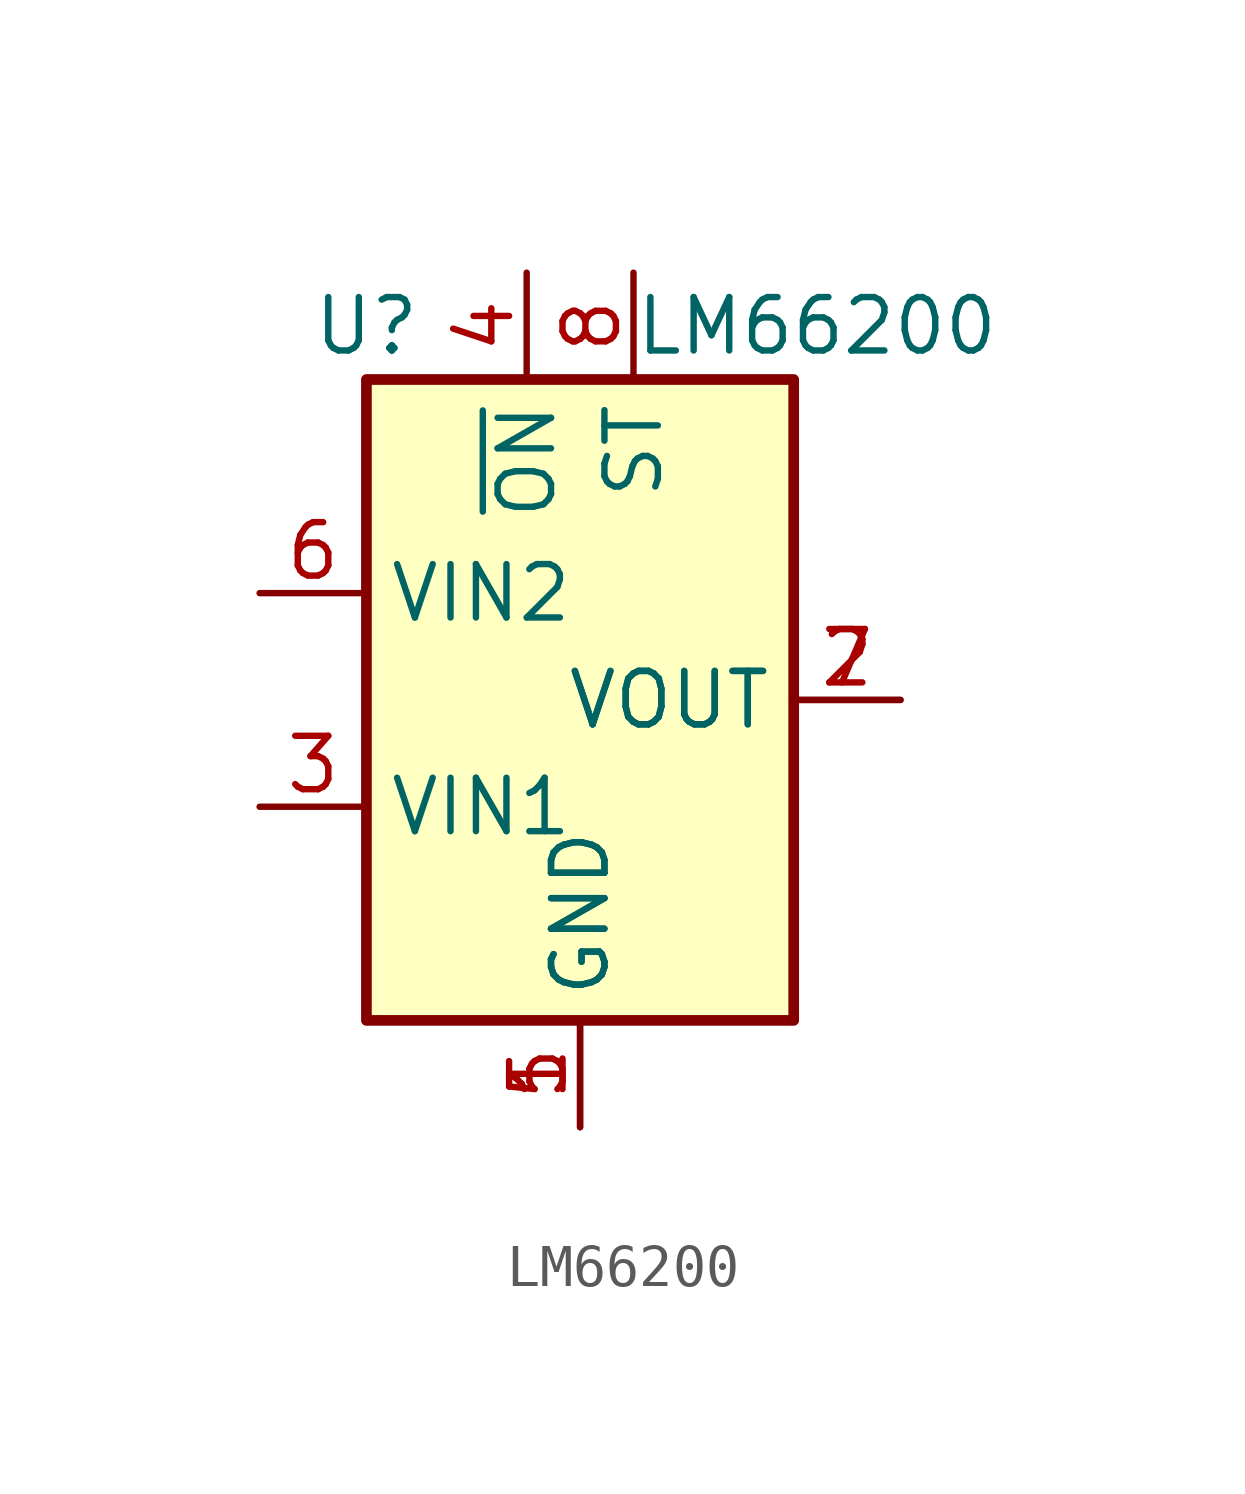
<source format=kicad_sym>
(kicad_symbol_lib
  (version 20231120)
  (generator "kicad_symbol_editor")
  (generator_version "8.0")
  (symbol "LM66200"
    (property "Reference" "U"
      (at -5.08 8.89 0)
      (effects (font (size 1.27 1.27))))
    (property "Value" "LM66200"
      (at 1.27 8.89 0)
      (effects (font (size 1.27 1.27)) (justify left)))
    (symbol "LM66200_0_1"
      (rectangle (start -5.08 7.62) (end 5.08 -7.62) (stroke (width 0.254) (type default)) (fill (type background))))
    (symbol "LM66200_1_1"
      (pin power_in line (at 0 -10.16 90) (length 2.54) (name "GND" (effects (font (size 1.27 1.27)))) (number "1" (effects (font (size 1.27 1.27)))))
      (pin power_out line (at 7.62 0 180) (length 2.54) (name "VOUT" (effects (font (size 1.27 1.27)))) (number "2" (effects (font (size 1.27 1.27)))) (alternate "7" power_out line))
      (pin power_in line (at -7.62 -2.54 0) (length 2.54) (name "VIN1" (effects (font (size 1.27 1.27)))) (number "3" (effects (font (size 1.27 1.27)))))
      (pin input line (at -1.27 10.16 270) (length 2.54) (name "~{ON}" (effects (font (size 1.27 1.27)))) (number "4" (effects (font (size 1.27 1.27)))))
      (pin power_in line (at 0 -10.16 90) (length 2.54) (name "GND" (effects (font (size 1.27 1.27)))) (number "5" (effects (font (size 1.27 1.27)))))
      (pin power_in line (at -7.62 2.54 0) (length 2.54) (name "VIN2" (effects (font (size 1.27 1.27)))) (number "6" (effects (font (size 1.27 1.27)))))
      (pin power_out line (at 7.62 0 180) (length 2.54) (name "VOUT" (effects (font (size 1.27 1.27)))) (number "7" (effects (font (size 1.27 1.27)))) (alternate "7" power_out line))
      (pin open_collector line (at 1.27 10.16 270) (length 2.54) (name "ST" (effects (font (size 1.27 1.27)))) (number "8" (effects (font (size 1.27 1.27))))))))
</source>
